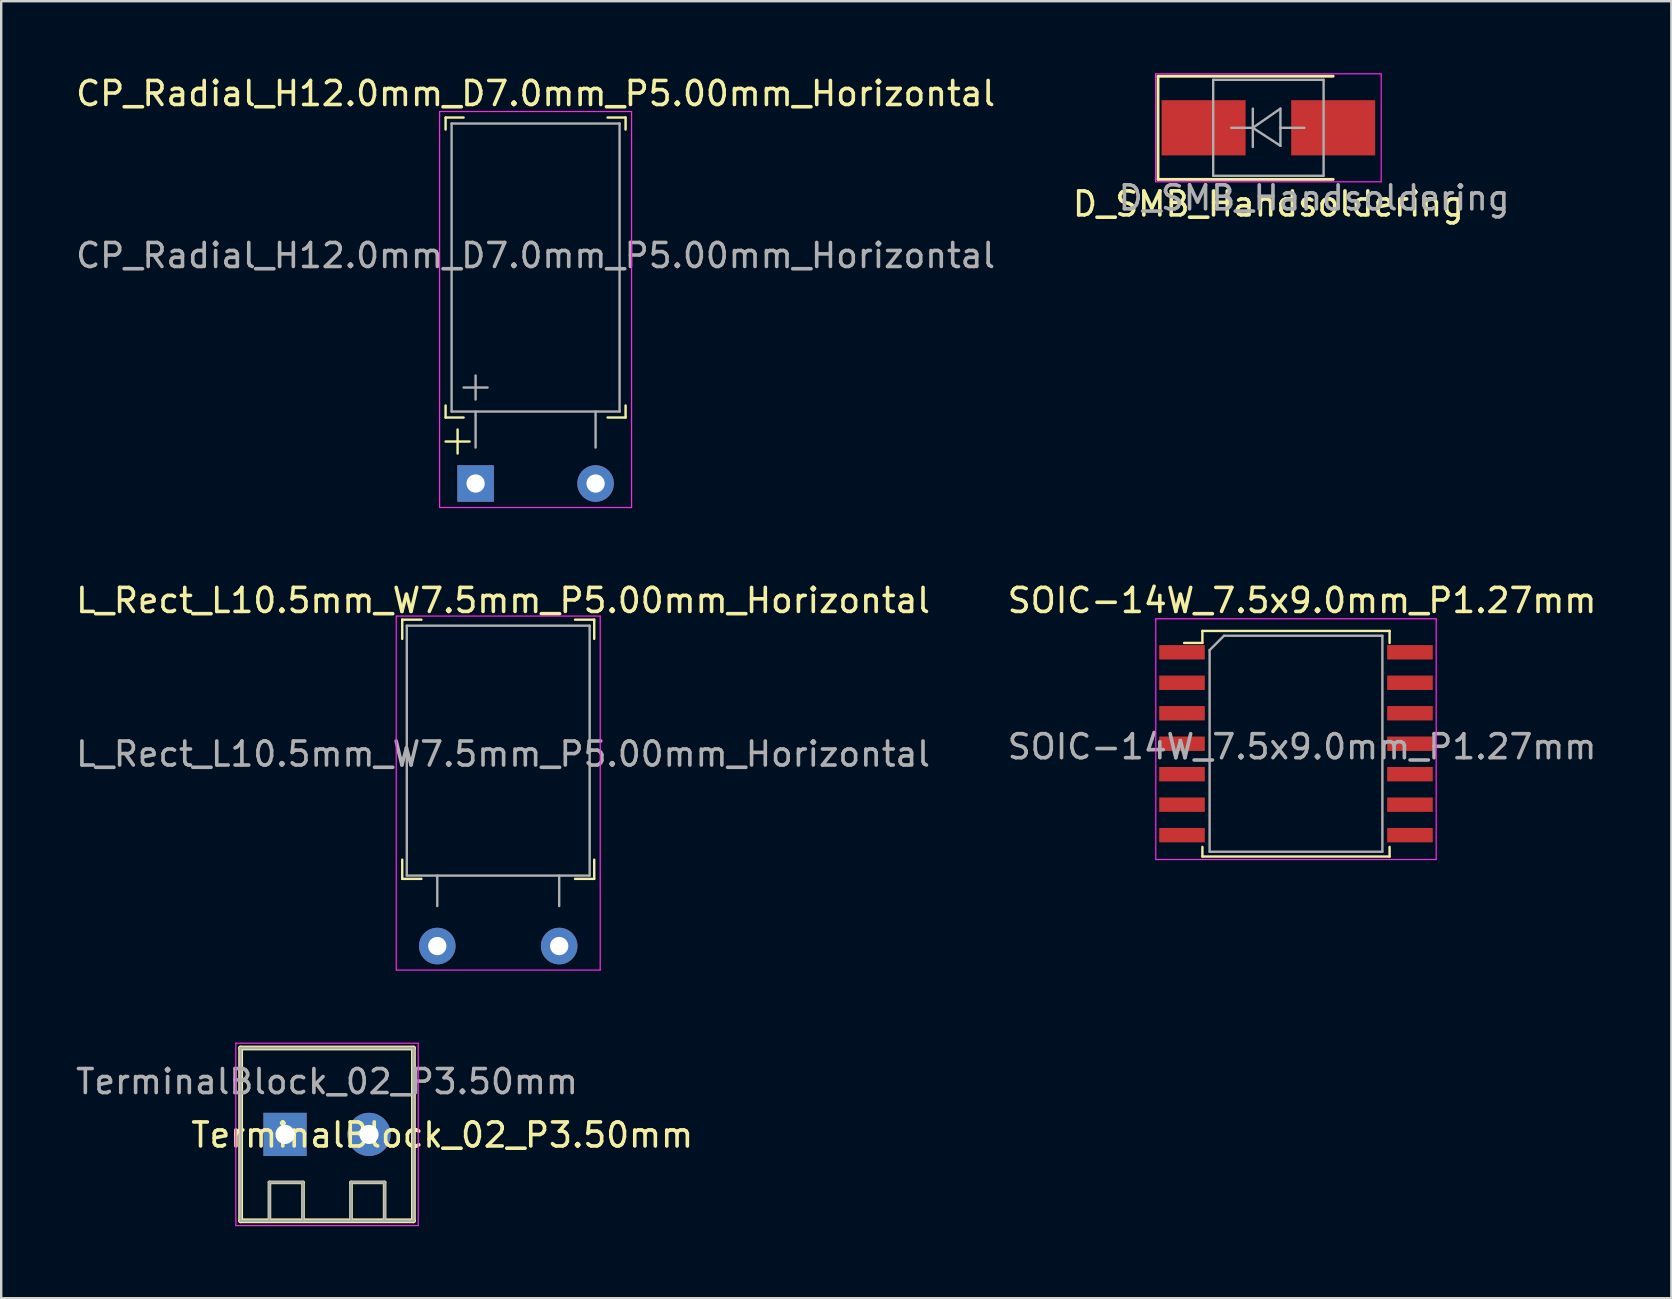
<source format=kicad_pcb>
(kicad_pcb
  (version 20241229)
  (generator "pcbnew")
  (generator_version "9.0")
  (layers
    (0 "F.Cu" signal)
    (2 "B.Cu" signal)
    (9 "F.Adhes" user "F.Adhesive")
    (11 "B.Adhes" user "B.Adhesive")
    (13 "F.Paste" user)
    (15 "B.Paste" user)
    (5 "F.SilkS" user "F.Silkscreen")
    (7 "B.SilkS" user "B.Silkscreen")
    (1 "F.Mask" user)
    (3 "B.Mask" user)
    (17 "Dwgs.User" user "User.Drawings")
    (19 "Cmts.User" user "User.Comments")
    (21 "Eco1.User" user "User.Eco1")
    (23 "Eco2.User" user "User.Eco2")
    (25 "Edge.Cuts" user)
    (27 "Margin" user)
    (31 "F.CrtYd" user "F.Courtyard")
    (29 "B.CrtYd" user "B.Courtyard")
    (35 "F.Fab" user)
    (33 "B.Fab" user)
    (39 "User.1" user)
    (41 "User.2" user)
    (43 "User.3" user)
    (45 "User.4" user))
  (footprint "TerminalBlock_02_P3.50mm"
    (layer "F.Cu")
    (at 10.577 44.221)
    (property "Reference" "TerminalBlock_02_P3.50mm" (at 4.8 0.025 0) (layer "F.SilkS") (effects (font (size 1 1) (thickness 0.15))))
    (attr through_hole)
    (fp_line (start -3.6 -3.6) (end 3.6 -3.6) (stroke (width 0.2) (type solid)) (layer "F.SilkS"))
    (fp_line (start -3.6 3.6) (end -3.6 -3.6) (stroke (width 0.2) (type solid)) (layer "F.SilkS"))
    (fp_line (start -2.4 2) (end -1 2) (stroke (width 0.15) (type solid)) (layer "F.SilkS"))
    (fp_line (start -2.4 3.6) (end -2.4 2) (stroke (width 0.15) (type solid)) (layer "F.SilkS"))
    (fp_line (start -1 2) (end -1 3.6) (stroke (width 0.15) (type solid)) (layer "F.SilkS"))
    (fp_line (start 1 2) (end 1 3.6) (stroke (width 0.15) (type solid)) (layer "F.SilkS"))
    (fp_line (start 2.4 2) (end 1 2) (stroke (width 0.15) (type solid)) (layer "F.SilkS"))
    (fp_line (start 2.4 3.6) (end 2.4 2) (stroke (width 0.15) (type solid)) (layer "F.SilkS"))
    (fp_line (start 3.6 -3.6) (end 3.6 3.6) (stroke (width 0.2) (type solid)) (layer "F.SilkS"))
    (fp_line (start 3.6 3.6) (end -3.6 3.6) (stroke (width 0.2) (type solid)) (layer "F.SilkS"))
    (fp_line (start -3.8 -3.8) (end 3.8 -3.8) (stroke (width 0.05) (type solid)) (layer "F.CrtYd"))
    (fp_line (start -3.8 3.8) (end -3.8 -3.8) (stroke (width 0.05) (type solid)) (layer "F.CrtYd"))
    (fp_line (start 3.8 -3.8) (end 3.8 3.8) (stroke (width 0.05) (type solid)) (layer "F.CrtYd"))
    (fp_line (start 3.8 3.8) (end -3.8 3.8) (stroke (width 0.05) (type solid)) (layer "F.CrtYd"))
    (fp_line (start -3.6 -3.6) (end 3.6 -3.6) (stroke (width 0.1) (type solid)) (layer "F.Fab"))
    (fp_line (start -3.6 3.6) (end -3.6 -3.6) (stroke (width 0.1) (type solid)) (layer "F.Fab"))
    (fp_line (start -2.4 2) (end -1 2) (stroke (width 0.1) (type solid)) (layer "F.Fab"))
    (fp_line (start -2.4 3.6) (end -2.4 2) (stroke (width 0.1) (type solid)) (layer "F.Fab"))
    (fp_line (start -1 2) (end -1 3.6) (stroke (width 0.1) (type solid)) (layer "F.Fab"))
    (fp_line (start 1 2) (end 2.4 2) (stroke (width 0.1) (type solid)) (layer "F.Fab"))
    (fp_line (start 1 3.6) (end 1 2) (stroke (width 0.1) (type solid)) (layer "F.Fab"))
    (fp_line (start 2.4 2) (end 2.4 3.6) (stroke (width 0.1) (type solid)) (layer "F.Fab"))
    (fp_line (start 3.6 -3.6) (end 3.6 3.6) (stroke (width 0.1) (type solid)) (layer "F.Fab"))
    (fp_line (start 3.6 3.6) (end -3.6 3.6) (stroke (width 0.1) (type solid)) (layer "F.Fab"))
    (fp_text user "${REFERENCE}" (at 0 -2.2 0) (layer "F.Fab") (effects (font (size 1 1) (thickness 0.15))))
    (pad "1" thru_hole rect (at -1.75 0) (size 1.8 1.8) (drill 0.8) (layers "*.Cu" "*.Mask"))
    (pad "2" thru_hole circle (at 1.75 0) (size 1.8 1.8) (drill 0.8) (layers "*.Cu" "*.Mask")))
  (footprint "D_SMB_Handsoldering"
    (layer "F.Cu")
    (at 49.804 2.275)
    (property "Reference" "D_SMB_Handsoldering" (at 0 3.175 0) (layer "F.SilkS") (effects (font (size 1 1) (thickness 0.15))))
    (attr smd)
    (fp_line (start -4.6 -2.15) (end -4.6 2.15) (stroke (width 0.12) (type solid)) (layer "F.SilkS"))
    (fp_line (start -4.6 -2.15) (end 2.7 -2.15) (stroke (width 0.12) (type solid)) (layer "F.SilkS"))
    (fp_line (start -4.6 2.15) (end 2.7 2.15) (stroke (width 0.12) (type solid)) (layer "F.SilkS"))
    (fp_line (start -4.7 -2.25) (end 4.7 -2.25) (stroke (width 0.05) (type solid)) (layer "F.CrtYd"))
    (fp_line (start -4.7 2.25) (end -4.7 -2.25) (stroke (width 0.05) (type solid)) (layer "F.CrtYd"))
    (fp_line (start 4.7 -2.25) (end 4.7 2.25) (stroke (width 0.05) (type solid)) (layer "F.CrtYd"))
    (fp_line (start 4.7 2.25) (end -4.7 2.25) (stroke (width 0.05) (type solid)) (layer "F.CrtYd"))
    (fp_line (start -2.3 2) (end -2.3 -2) (stroke (width 0.1) (type solid)) (layer "F.Fab"))
    (fp_line (start -0.649 -0.799) (end -0.649 0.801) (stroke (width 0.1) (type solid)) (layer "F.Fab"))
    (fp_line (start -0.649 0.001) (end -1.551 0.001) (stroke (width 0.1) (type solid)) (layer "F.Fab"))
    (fp_line (start -0.649 0.001) (end 0.501 -0.799) (stroke (width 0.1) (type solid)) (layer "F.Fab"))
    (fp_line (start -0.649 0.001) (end 0.501 0.75) (stroke (width 0.1) (type solid)) (layer "F.Fab"))
    (fp_line (start 0.501 0.001) (end 1.499 0.001) (stroke (width 0.1) (type solid)) (layer "F.Fab"))
    (fp_line (start 0.501 0.75) (end 0.501 -0.799) (stroke (width 0.1) (type solid)) (layer "F.Fab"))
    (fp_line (start 2.3 -2) (end -2.3 -2) (stroke (width 0.1) (type solid)) (layer "F.Fab"))
    (fp_line (start 2.3 -2) (end 2.3 2) (stroke (width 0.1) (type solid)) (layer "F.Fab"))
    (fp_line (start 2.3 2) (end -2.3 2) (stroke (width 0.1) (type solid)) (layer "F.Fab"))
    (fp_text user "${REFERENCE}" (at 1.905 2.921 0) (layer "F.Fab") (effects (font (size 1 1) (thickness 0.15))))
    (pad "1" smd rect (at -2.7 0) (size 3.5 2.3) (layers "F.Cu" "F.Mask" "F.Paste"))
    (pad "2" smd rect (at 2.7 0) (size 3.5 2.3) (layers "F.Cu" "F.Mask" "F.Paste")))
  (footprint "CP_Radial_H12.0mm_D7.0mm_P5.00mm_Horizontal"
    (layer "F.Cu")
    (at 19.268 11.098)
    (property "Reference" "CP_Radial_H12.0mm_D7.0mm_P5.00mm_Horizontal" (at 0 -10.25 0) (layer "F.SilkS") (effects (font (size 1 1) (thickness 0.15))))
    (attr through_hole)
    (fp_line (start -3.75 -9.25) (end -3 -9.25) (stroke (width 0.1) (type solid)) (layer "F.SilkS"))
    (fp_line (start -3.75 -8.75) (end -3.75 -9.25) (stroke (width 0.1) (type solid)) (layer "F.SilkS"))
    (fp_line (start -3.75 3.25) (end -3.75 2.75) (stroke (width 0.1) (type solid)) (layer "F.SilkS"))
    (fp_line (start -3.75 4.25) (end -2.75 4.25) (stroke (width 0.1) (type solid)) (layer "F.SilkS"))
    (fp_line (start -3.25 3.75) (end -3.25 4.75) (stroke (width 0.1) (type solid)) (layer "F.SilkS"))
    (fp_line (start -3 3.25) (end -3.75 3.25) (stroke (width 0.1) (type solid)) (layer "F.SilkS"))
    (fp_line (start 3 -9.25) (end 3.75 -9.25) (stroke (width 0.1) (type solid)) (layer "F.SilkS"))
    (fp_line (start 3 3.25) (end 3.75 3.25) (stroke (width 0.1) (type solid)) (layer "F.SilkS"))
    (fp_line (start 3.75 -9.25) (end 3.75 -8.75) (stroke (width 0.1) (type solid)) (layer "F.SilkS"))
    (fp_line (start 3.75 3.25) (end 3.75 2.75) (stroke (width 0.1) (type solid)) (layer "F.SilkS"))
    (fp_line (start -4 -9.5) (end 4 -9.5) (stroke (width 0.05) (type solid)) (layer "F.CrtYd"))
    (fp_line (start -4 7) (end -4 -9.5) (stroke (width 0.05) (type solid)) (layer "F.CrtYd"))
    (fp_line (start 4 -9.5) (end 4 7) (stroke (width 0.05) (type solid)) (layer "F.CrtYd"))
    (fp_line (start 4 7) (end -4 7) (stroke (width 0.05) (type solid)) (layer "F.CrtYd"))
    (fp_line (start -3.5 -9) (end -3.5 3) (stroke (width 0.1) (type solid)) (layer "F.Fab"))
    (fp_line (start -3.5 3) (end 3.5 3) (stroke (width 0.1) (type solid)) (layer "F.Fab"))
    (fp_line (start -3 2) (end -2 2) (stroke (width 0.1) (type solid)) (layer "F.Fab"))
    (fp_line (start -2.5 1.5) (end -2.5 2.5) (stroke (width 0.1) (type solid)) (layer "F.Fab"))
    (fp_line (start -2.5 4.5) (end -2.5 3) (stroke (width 0.1) (type solid)) (layer "F.Fab"))
    (fp_line (start 2.5 4.5) (end 2.5 3) (stroke (width 0.1) (type solid)) (layer "F.Fab"))
    (fp_line (start 3.5 -9) (end -3.5 -9) (stroke (width 0.1) (type solid)) (layer "F.Fab"))
    (fp_line (start 3.5 3) (end 3.5 -9) (stroke (width 0.1) (type solid)) (layer "F.Fab"))
    (fp_text user "${REFERENCE}" (at 0 -3.5 0) (layer "F.Fab") (effects (font (size 1 1) (thickness 0.15))))
    (pad "1" thru_hole rect (at -2.5 6) (size 1.524 1.524) (drill 0.762) (layers "*.Cu" "*.Mask"))
    (pad "2" thru_hole circle (at 2.5 6) (size 1.524 1.524) (drill 0.762) (layers "*.Cu" "*.Mask")))
  (footprint "L_Rect_L10.5mm_W7.5mm_P5.00mm_Horizontal"
    (layer "F.Cu")
    (at 17.711 29.372)
    (property "Reference" "L_Rect_L10.5mm_W7.5mm_P5.00mm_Horizontal" (at 0.2 -7.4 0) (layer "F.SilkS") (effects (font (size 1 1) (thickness 0.15))))
    (attr through_hole)
    (fp_line (start -4 -6.6) (end -4 -5.8) (stroke (width 0.1) (type solid)) (layer "F.SilkS"))
    (fp_line (start -4 -6.6) (end -3.2 -6.6) (stroke (width 0.1) (type solid)) (layer "F.SilkS"))
    (fp_line (start -4 4.2) (end -4 3.4) (stroke (width 0.1) (type solid)) (layer "F.SilkS"))
    (fp_line (start -4 4.2) (end -3.2 4.2) (stroke (width 0.1) (type solid)) (layer "F.SilkS"))
    (fp_line (start 4 -6.6) (end 3.2 -6.6) (stroke (width 0.1) (type solid)) (layer "F.SilkS"))
    (fp_line (start 4 -6.6) (end 4 -5.8) (stroke (width 0.1) (type solid)) (layer "F.SilkS"))
    (fp_line (start 4 4.2) (end 3.2 4.2) (stroke (width 0.1) (type solid)) (layer "F.SilkS"))
    (fp_line (start 4 4.2) (end 4 3.4) (stroke (width 0.1) (type solid)) (layer "F.SilkS"))
    (fp_line (start -4.25 -6.75) (end 4.25 -6.75) (stroke (width 0.05) (type solid)) (layer "F.CrtYd"))
    (fp_line (start -4.25 8) (end -4.25 -6.75) (stroke (width 0.05) (type solid)) (layer "F.CrtYd"))
    (fp_line (start 4.25 -6.75) (end 4.25 8) (stroke (width 0.05) (type solid)) (layer "F.CrtYd"))
    (fp_line (start 4.25 8) (end -4.25 8) (stroke (width 0.05) (type solid)) (layer "F.CrtYd"))
    (fp_line (start -3.81 -6.35) (end 3.81 -6.35) (stroke (width 0.1) (type solid)) (layer "F.Fab"))
    (fp_line (start -3.81 4.064) (end -3.81 -6.35) (stroke (width 0.1) (type solid)) (layer "F.Fab"))
    (fp_line (start -2.54 5.334) (end -2.54 4.064) (stroke (width 0.1) (type solid)) (layer "F.Fab"))
    (fp_line (start 2.54 5.334) (end 2.54 4.064) (stroke (width 0.1) (type solid)) (layer "F.Fab"))
    (fp_line (start 3.81 -6.35) (end 3.81 4.064) (stroke (width 0.1) (type solid)) (layer "F.Fab"))
    (fp_line (start 3.81 4.064) (end -3.81 4.064) (stroke (width 0.1) (type solid)) (layer "F.Fab"))
    (fp_text user "${REFERENCE}" (at 0.2 -1 0) (layer "F.Fab") (effects (font (size 1 1) (thickness 0.15))))
    (pad "1" thru_hole circle (at 2.54 7) (size 1.524 1.524) (drill 0.762) (layers "*.Cu" "*.Mask"))
    (pad "2" thru_hole circle (at -2.54 7) (size 1.524 1.524) (drill 0.762) (layers "*.Cu" "*.Mask")))
  (footprint "SOIC-14W_7.5x9.0mm_P1.27mm"
    (layer "F.Cu")
    (at 50.954 27.941)
    (property "Reference" "SOIC-14W_7.5x9.0mm_P1.27mm" (at 0.254 -5.969 0) (layer "F.SilkS") (effects (font (size 1 1) (thickness 0.15))))
    (attr through_hole)
    (fp_line (start -3.9 -4.7) (end -3.9 -4.2) (stroke (width 0.1) (type solid)) (layer "F.SilkS"))
    (fp_line (start -3.9 -4.2) (end -4.662 -4.2) (stroke (width 0.1) (type solid)) (layer "F.SilkS"))
    (fp_line (start -3.9 4.7) (end -3.9 4.3) (stroke (width 0.1) (type solid)) (layer "F.SilkS"))
    (fp_line (start 3.9 -4.7) (end -3.9 -4.7) (stroke (width 0.1) (type solid)) (layer "F.SilkS"))
    (fp_line (start 3.9 -4.7) (end 3.9 -4.2) (stroke (width 0.1) (type solid)) (layer "F.SilkS"))
    (fp_line (start 3.9 4.3) (end 3.9 4.7) (stroke (width 0.1) (type solid)) (layer "F.SilkS"))
    (fp_line (start 3.9 4.7) (end -3.9 4.7) (stroke (width 0.1) (type solid)) (layer "F.SilkS"))
    (fp_line (start -5.842 -5.207) (end 5.842 -5.207) (stroke (width 0.05) (type solid)) (layer "F.CrtYd"))
    (fp_line (start -5.842 4.826) (end -5.842 -5.207) (stroke (width 0.05) (type solid)) (layer "F.CrtYd"))
    (fp_line (start 5.842 -5.207) (end 5.842 4.826) (stroke (width 0.05) (type solid)) (layer "F.CrtYd"))
    (fp_line (start 5.842 4.826) (end -5.842 4.826) (stroke (width 0.05) (type solid)) (layer "F.CrtYd"))
    (fp_line (start -3.6 4.5) (end -3.6 -3.9) (stroke (width 0.1) (type solid)) (layer "F.Fab"))
    (fp_line (start -3 -4.5) (end -3.6 -3.9) (stroke (width 0.1) (type solid)) (layer "F.Fab"))
    (fp_line (start -3 -4.5) (end 3.6 -4.5) (stroke (width 0.1) (type solid)) (layer "F.Fab"))
    (fp_line (start 3.6 -4.5) (end 3.6 4.5) (stroke (width 0.1) (type solid)) (layer "F.Fab"))
    (fp_line (start 3.6 4.5) (end -3.6 4.5) (stroke (width 0.1) (type solid)) (layer "F.Fab"))
    (fp_text user "${REFERENCE}" (at 0.254 0.127 0) (layer "F.Fab") (effects (font (size 1 1) (thickness 0.15))))
    (pad "1" smd rect (at -4.75 -3.81) (size 1.9 0.6) (layers "F.Cu" "F.Mask" "F.Paste"))
    (pad "2" smd rect (at -4.75 -2.54) (size 1.9 0.6) (layers "F.Cu" "F.Mask" "F.Paste"))
    (pad "3" smd rect (at -4.75 -1.27) (size 1.9 0.6) (layers "F.Cu" "F.Mask" "F.Paste"))
    (pad "4" smd rect (at -4.75 0) (size 1.9 0.6) (layers "F.Cu" "F.Mask" "F.Paste"))
    (pad "5" smd rect (at -4.75 1.27) (size 1.9 0.6) (layers "F.Cu" "F.Mask" "F.Paste"))
    (pad "6" smd rect (at -4.75 2.54) (size 1.9 0.6) (layers "F.Cu" "F.Mask" "F.Paste"))
    (pad "7" smd rect (at -4.75 3.81) (size 1.9 0.6) (layers "F.Cu" "F.Mask" "F.Paste"))
    (pad "8" smd rect (at 4.75 3.81) (size 1.9 0.6) (layers "F.Cu" "F.Mask" "F.Paste"))
    (pad "9" smd rect (at 4.75 2.54) (size 1.9 0.6) (layers "F.Cu" "F.Mask" "F.Paste"))
    (pad "10" smd rect (at 4.75 1.27) (size 1.9 0.6) (layers "F.Cu" "F.Mask" "F.Paste"))
    (pad "11" smd rect (at 4.75 0) (size 1.9 0.6) (layers "F.Cu" "F.Mask" "F.Paste"))
    (pad "12" smd rect (at 4.75 -1.27) (size 1.9 0.6) (layers "F.Cu" "F.Mask" "F.Paste"))
    (pad "13" smd rect (at 4.75 -2.54) (size 1.9 0.6) (layers "F.Cu" "F.Mask" "F.Paste"))
    (pad "14" smd rect (at 4.75 -3.81) (size 1.9 0.6) (layers "F.Cu" "F.Mask" "F.Paste")))
  (gr_rect
    (start -3 -3)
    (end 66.595 51.047)
    (stroke (width 0.1) (type default))
    (fill no)
    (layer "Edge.Cuts")))
</source>
